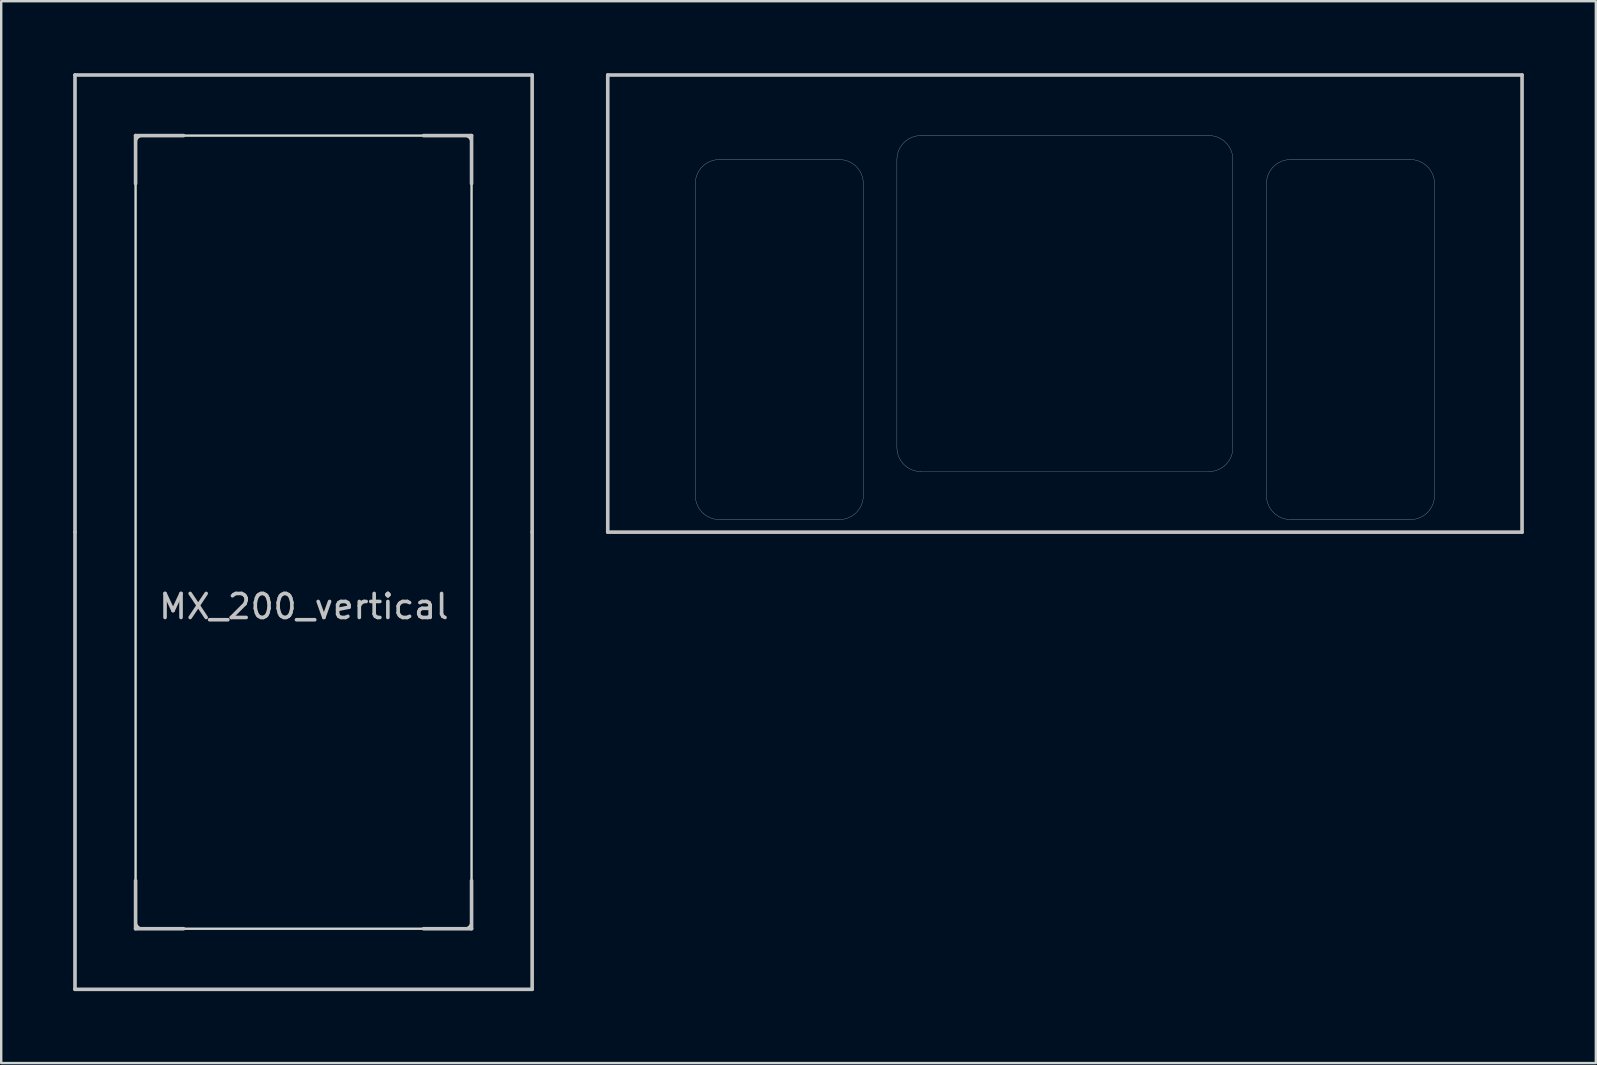
<source format=kicad_pcb>
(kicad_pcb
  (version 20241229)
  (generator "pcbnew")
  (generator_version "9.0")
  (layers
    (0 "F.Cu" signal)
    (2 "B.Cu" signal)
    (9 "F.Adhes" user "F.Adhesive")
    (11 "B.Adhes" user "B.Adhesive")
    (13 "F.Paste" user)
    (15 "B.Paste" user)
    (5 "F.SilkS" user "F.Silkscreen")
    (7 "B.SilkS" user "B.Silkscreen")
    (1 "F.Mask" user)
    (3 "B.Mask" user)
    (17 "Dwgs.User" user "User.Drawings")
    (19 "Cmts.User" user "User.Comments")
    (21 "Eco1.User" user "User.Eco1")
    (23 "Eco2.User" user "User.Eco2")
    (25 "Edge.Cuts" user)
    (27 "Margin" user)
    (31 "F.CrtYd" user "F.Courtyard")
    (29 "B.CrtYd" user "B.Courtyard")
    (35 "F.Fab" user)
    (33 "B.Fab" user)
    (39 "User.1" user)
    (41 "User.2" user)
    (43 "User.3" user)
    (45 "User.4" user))
  (footprint "MX_200_vertical"
    (layer "F.Cu")
    (at 9.6 19.125)
    (property "Reference" "MX_200_vertical" (at 0.013 3.1 0) (layer "Dwgs.User") (effects (font (size 1 1) (thickness 0.15))))
    (attr through_hole)
    (fp_line (start -9.525 -19.05) (end 9.525 -19.05) (stroke (width 0.15) (type solid)) (layer "Dwgs.User"))
    (fp_line (start -9.525 0) (end -9.525 -19.05) (stroke (width 0.15) (type solid)) (layer "Dwgs.User"))
    (fp_line (start -9.525 19.05) (end -9.525 0) (stroke (width 0.15) (type solid)) (layer "Dwgs.User"))
    (fp_line (start -7 -16.525) (end -7 -14.525) (stroke (width 0.15) (type solid)) (layer "Dwgs.User"))
    (fp_line (start -7 14.525) (end -7 16.525) (stroke (width 0.15) (type solid)) (layer "Dwgs.User"))
    (fp_line (start -7 16.525) (end -5 16.525) (stroke (width 0.15) (type solid)) (layer "Dwgs.User"))
    (fp_line (start -5 -16.525) (end -7 -16.525) (stroke (width 0.15) (type solid)) (layer "Dwgs.User"))
    (fp_line (start 5 -16.525) (end 7 -16.525) (stroke (width 0.15) (type solid)) (layer "Dwgs.User"))
    (fp_line (start 5 16.525) (end 7 16.525) (stroke (width 0.15) (type solid)) (layer "Dwgs.User"))
    (fp_line (start 7 -16.525) (end 7 -14.525) (stroke (width 0.15) (type solid)) (layer "Dwgs.User"))
    (fp_line (start 7 16.525) (end 7 14.525) (stroke (width 0.15) (type solid)) (layer "Dwgs.User"))
    (fp_line (start 9.525 -19.05) (end 9.525 0) (stroke (width 0.15) (type solid)) (layer "Dwgs.User"))
    (fp_line (start 9.525 0) (end 9.525 19.05) (stroke (width 0.15) (type solid)) (layer "Dwgs.User"))
    (fp_line (start 9.525 19.05) (end -9.525 19.05) (stroke (width 0.15) (type solid)) (layer "Dwgs.User"))
    (fp_line (start -7 16.225) (end -7 -16.225) (stroke (width 0.1) (type solid)) (layer "Edge.Cuts"))
    (fp_line (start 6.7 -16.525) (end -6.7 -16.525) (stroke (width 0.1) (type solid)) (layer "Edge.Cuts"))
    (fp_line (start 6.7 16.525) (end -6.7 16.525) (stroke (width 0.1) (type solid)) (layer "Edge.Cuts"))
    (fp_line (start 7 -16.225) (end 7 16.225) (stroke (width 0.1) (type solid)) (layer "Edge.Cuts"))
    (fp_arc (start -7 -16.225) (mid -6.912132 -16.437132) (end -6.7 -16.525) (stroke (width 0.1) (type solid)) (layer "Edge.Cuts"))
    (fp_arc (start -6.7 16.525) (mid -6.912132 16.437132) (end -7 16.225) (stroke (width 0.1) (type solid)) (layer "Edge.Cuts"))
    (fp_arc (start 6.7 -16.525) (mid 6.912132 -16.437132) (end 7 -16.225) (stroke (width 0.1) (type solid)) (layer "Edge.Cuts"))
    (fp_arc (start 7 16.225) (mid 6.912132 16.437132) (end 6.7 16.525) (stroke (width 0.1) (type solid)) (layer "Edge.Cuts")))
  (footprint "MX_200cutout_plated_2"
    (layer "F.Cu")
    (at 41.325 9.6)
    (property "Reference" "MX_200cutout_plated_2" (at 0.25 10.05 0) (layer "Eco2.User") (effects (font (size 1 1) (thickness 0.15))))
    (attr through_hole)
    (fp_line (start -15.4 8) (end -15.4 -5) (stroke (width 1.5) (type solid)) (layer "F.Mask"))
    (fp_line (start -14.4 9) (end -9.4 9) (stroke (width 1.5) (type solid)) (layer "F.Mask"))
    (fp_line (start -14.4 -6) (end -9.4 -6) (stroke (width 1.5) (type solid)) (layer "F.Mask"))
    (fp_line (start -8.4 8) (end -8.4 -5) (stroke (width 1.5) (type solid)) (layer "F.Mask"))
    (fp_line (start -7 6) (end -7 -6) (stroke (width 1.5) (type solid)) (layer "F.Mask"))
    (fp_line (start -6 7) (end 6 7) (stroke (width 1.5) (type solid)) (layer "F.Mask"))
    (fp_line (start -6 -7) (end 6 -7) (stroke (width 1.5) (type solid)) (layer "F.Mask"))
    (fp_line (start 7 6) (end 7 -6) (stroke (width 1.5) (type solid)) (layer "F.Mask"))
    (fp_line (start 8.4 8) (end 8.4 -5) (stroke (width 1.5) (type solid)) (layer "F.Mask"))
    (fp_line (start 9.4 -6) (end 14.4 -6) (stroke (width 1.5) (type solid)) (layer "F.Mask"))
    (fp_line (start 9.4 9) (end 14.4 9) (stroke (width 1.5) (type solid)) (layer "F.Mask"))
    (fp_line (start 15.4 8) (end 15.4 -5) (stroke (width 1.5) (type solid)) (layer "F.Mask"))
    (fp_arc (start -15.4 -5.000001) (mid -15.107106 -5.707107) (end -14.399999 -6) (stroke (width 1.5) (type solid)) (layer "F.Mask"))
    (fp_arc (start -14.400001 9) (mid -15.107107 8.707106) (end -15.4 7.999999) (stroke (width 1.5) (type solid)) (layer "F.Mask"))
    (fp_arc (start -9.399999 -6) (mid -8.692893 -5.707106) (end -8.4 -4.999999) (stroke (width 1.5) (type solid)) (layer "F.Mask"))
    (fp_arc (start -8.4 8.000001) (mid -8.692894 8.707107) (end -9.400001 9) (stroke (width 1.5) (type solid)) (layer "F.Mask"))
    (fp_arc (start -7 -6.000001) (mid -6.707106 -6.707107) (end -5.999999 -7) (stroke (width 1.5) (type solid)) (layer "F.Mask"))
    (fp_arc (start -6.000001 7) (mid -6.707107 6.707106) (end -7 5.999999) (stroke (width 1.5) (type solid)) (layer "F.Mask"))
    (fp_arc (start 6.000001 -7) (mid 6.707107 -6.707106) (end 7 -5.999999) (stroke (width 1.5) (type solid)) (layer "F.Mask"))
    (fp_arc (start 7 6.000001) (mid 6.707106 6.707107) (end 5.999999 7) (stroke (width 1.5) (type solid)) (layer "F.Mask"))
    (fp_arc (start 8.4 -5.000001) (mid 8.692894 -5.707107) (end 9.400001 -6) (stroke (width 1.5) (type solid)) (layer "F.Mask"))
    (fp_arc (start 9.399999 9) (mid 8.692893 8.707106) (end 8.4 7.999999) (stroke (width 1.5) (type solid)) (layer "F.Mask"))
    (fp_arc (start 14.400001 -6) (mid 15.107107 -5.707106) (end 15.4 -4.999999) (stroke (width 1.5) (type solid)) (layer "F.Mask"))
    (fp_arc (start 15.4 8.000001) (mid 15.107106 8.707107) (end 14.399999 9) (stroke (width 1.5) (type solid)) (layer "F.Mask"))
    (fp_line (start -15.4 8) (end -15.4 -5) (stroke (width 1.5) (type solid)) (layer "B.Mask"))
    (fp_line (start -14.4 9) (end -9.4 9) (stroke (width 1.5) (type solid)) (layer "B.Mask"))
    (fp_line (start -14.4 -6) (end -9.4 -6) (stroke (width 1.5) (type solid)) (layer "B.Mask"))
    (fp_line (start -8.4 8) (end -8.4 -5) (stroke (width 1.5) (type solid)) (layer "B.Mask"))
    (fp_line (start -7 6) (end -7 -6) (stroke (width 1.5) (type solid)) (layer "B.Mask"))
    (fp_line (start -6 7) (end 6 7) (stroke (width 1.5) (type solid)) (layer "B.Mask"))
    (fp_line (start -6 -7) (end 6 -7) (stroke (width 1.5) (type solid)) (layer "B.Mask"))
    (fp_line (start 7 6) (end 7 -6) (stroke (width 1.5) (type solid)) (layer "B.Mask"))
    (fp_line (start 8.4 8) (end 8.4 -5) (stroke (width 1.5) (type solid)) (layer "B.Mask"))
    (fp_line (start 9.4 -6) (end 14.4 -6) (stroke (width 1.5) (type solid)) (layer "B.Mask"))
    (fp_line (start 9.4 9) (end 14.4 9) (stroke (width 1.5) (type solid)) (layer "B.Mask"))
    (fp_line (start 15.4 8) (end 15.4 -5) (stroke (width 1.5) (type solid)) (layer "B.Mask"))
    (fp_arc (start -15.4 -5.000001) (mid -15.107106 -5.707107) (end -14.399999 -6) (stroke (width 1.5) (type solid)) (layer "B.Mask"))
    (fp_arc (start -14.400001 9) (mid -15.107107 8.707106) (end -15.4 7.999999) (stroke (width 1.5) (type solid)) (layer "B.Mask"))
    (fp_arc (start -9.399999 -6) (mid -8.692893 -5.707106) (end -8.4 -4.999999) (stroke (width 1.5) (type solid)) (layer "B.Mask"))
    (fp_arc (start -8.4 8.000001) (mid -8.692894 8.707107) (end -9.400001 9) (stroke (width 1.5) (type solid)) (layer "B.Mask"))
    (fp_arc (start -7 -6.000001) (mid -6.707106 -6.707107) (end -5.999999 -7) (stroke (width 1.5) (type solid)) (layer "B.Mask"))
    (fp_arc (start -6.000001 7) (mid -6.707107 6.707106) (end -7 5.999999) (stroke (width 1.5) (type solid)) (layer "B.Mask"))
    (fp_arc (start 6.000001 -7) (mid 6.707107 -6.707106) (end 7 -5.999999) (stroke (width 1.5) (type solid)) (layer "B.Mask"))
    (fp_arc (start 7 6.000001) (mid 6.707106 6.707107) (end 5.999999 7) (stroke (width 1.5) (type solid)) (layer "B.Mask"))
    (fp_arc (start 8.4 -5.000001) (mid 8.692894 -5.707107) (end 9.400001 -6) (stroke (width 1.5) (type solid)) (layer "B.Mask"))
    (fp_arc (start 9.399999 9) (mid 8.692893 8.707106) (end 8.4 7.999999) (stroke (width 1.5) (type solid)) (layer "B.Mask"))
    (fp_arc (start 14.400001 -6) (mid 15.107107 -5.707106) (end 15.4 -4.999999) (stroke (width 1.5) (type solid)) (layer "B.Mask"))
    (fp_arc (start 15.4 8.000001) (mid 15.107106 8.707107) (end 14.399999 9) (stroke (width 1.5) (type solid)) (layer "B.Mask"))
    (fp_line (start -19.05 -9.525) (end -19.05 9.525) (stroke (width 0.15) (type solid)) (layer "Dwgs.User"))
    (fp_line (start -19.05 -9.525) (end 19.05 -9.525) (stroke (width 0.15) (type solid)) (layer "Dwgs.User"))
    (fp_line (start -19.05 9.525) (end 19.05 9.525) (stroke (width 0.15) (type solid)) (layer "Dwgs.User"))
    (fp_line (start 19.05 -9.525) (end 19.05 9.525) (stroke (width 0.15) (type solid)) (layer "Dwgs.User"))
    (fp_line (start -15.4 8) (end -15.4 -5) (stroke (width 0.01) (type solid)) (layer "Edge.Cuts"))
    (fp_line (start -14.4 -6) (end -9.4 -6) (stroke (width 0.01) (type solid)) (layer "Edge.Cuts"))
    (fp_line (start -9.4 9) (end -14.4 9) (stroke (width 0.01) (type solid)) (layer "Edge.Cuts"))
    (fp_line (start -8.4 -5) (end -8.4 8) (stroke (width 0.01) (type solid)) (layer "Edge.Cuts"))
    (fp_line (start -7 6) (end -7 -6) (stroke (width 0.01) (type solid)) (layer "Edge.Cuts"))
    (fp_line (start -6 -7) (end 6 -7) (stroke (width 0.01) (type solid)) (layer "Edge.Cuts"))
    (fp_line (start 6 7) (end -6 7) (stroke (width 0.01) (type solid)) (layer "Edge.Cuts"))
    (fp_line (start 7 -6) (end 7 6) (stroke (width 0.01) (type solid)) (layer "Edge.Cuts"))
    (fp_line (start 8.4 8) (end 8.4 -5) (stroke (width 0.01) (type solid)) (layer "Edge.Cuts"))
    (fp_line (start 9.4 -6) (end 14.4 -6) (stroke (width 0.01) (type solid)) (layer "Edge.Cuts"))
    (fp_line (start 14.4 9) (end 9.4 9) (stroke (width 0.01) (type solid)) (layer "Edge.Cuts"))
    (fp_line (start 15.4 -5) (end 15.4 8) (stroke (width 0.01) (type solid)) (layer "Edge.Cuts"))
    (fp_arc (start -15.4 -5.000001) (mid -15.107106 -5.707107) (end -14.399999 -6) (stroke (width 0.01) (type solid)) (layer "Edge.Cuts"))
    (fp_arc (start -14.400001 9) (mid -15.107107 8.707106) (end -15.4 7.999999) (stroke (width 0.01) (type solid)) (layer "Edge.Cuts"))
    (fp_arc (start -9.399999 -6) (mid -8.692893 -5.707106) (end -8.4 -4.999999) (stroke (width 0.01) (type solid)) (layer "Edge.Cuts"))
    (fp_arc (start -8.4 8.000001) (mid -8.692894 8.707107) (end -9.400001 9) (stroke (width 0.01) (type solid)) (layer "Edge.Cuts"))
    (fp_arc (start -7 -6.000001) (mid -6.707106 -6.707107) (end -5.999999 -7) (stroke (width 0.01) (type solid)) (layer "Edge.Cuts"))
    (fp_arc (start -6.000001 7) (mid -6.707107 6.707106) (end -7 5.999999) (stroke (width 0.01) (type solid)) (layer "Edge.Cuts"))
    (fp_arc (start 6.000001 -7) (mid 6.707107 -6.707106) (end 7 -5.999999) (stroke (width 0.01) (type solid)) (layer "Edge.Cuts"))
    (fp_arc (start 7 6.000001) (mid 6.707106 6.707107) (end 5.999999 7) (stroke (width 0.01) (type solid)) (layer "Edge.Cuts"))
    (fp_arc (start 8.4 -5.000001) (mid 8.692894 -5.707107) (end 9.400001 -6) (stroke (width 0.01) (type solid)) (layer "Edge.Cuts"))
    (fp_arc (start 9.399999 9) (mid 8.692893 8.707106) (end 8.4 7.999999) (stroke (width 0.01) (type solid)) (layer "Edge.Cuts"))
    (fp_arc (start 14.400001 -6) (mid 15.107107 -5.707106) (end 15.4 -4.999999) (stroke (width 0.01) (type solid)) (layer "Edge.Cuts"))
    (fp_arc (start 15.4 8.000001) (mid 15.107106 8.707107) (end 14.399999 9) (stroke (width 0.01) (type solid)) (layer "Edge.Cuts")))
  (gr_rect
    (start -3 -3)
    (end 63.45 41.25)
    (stroke (width 0.1) (type default))
    (fill no)
    (layer "Edge.Cuts")))
</source>
